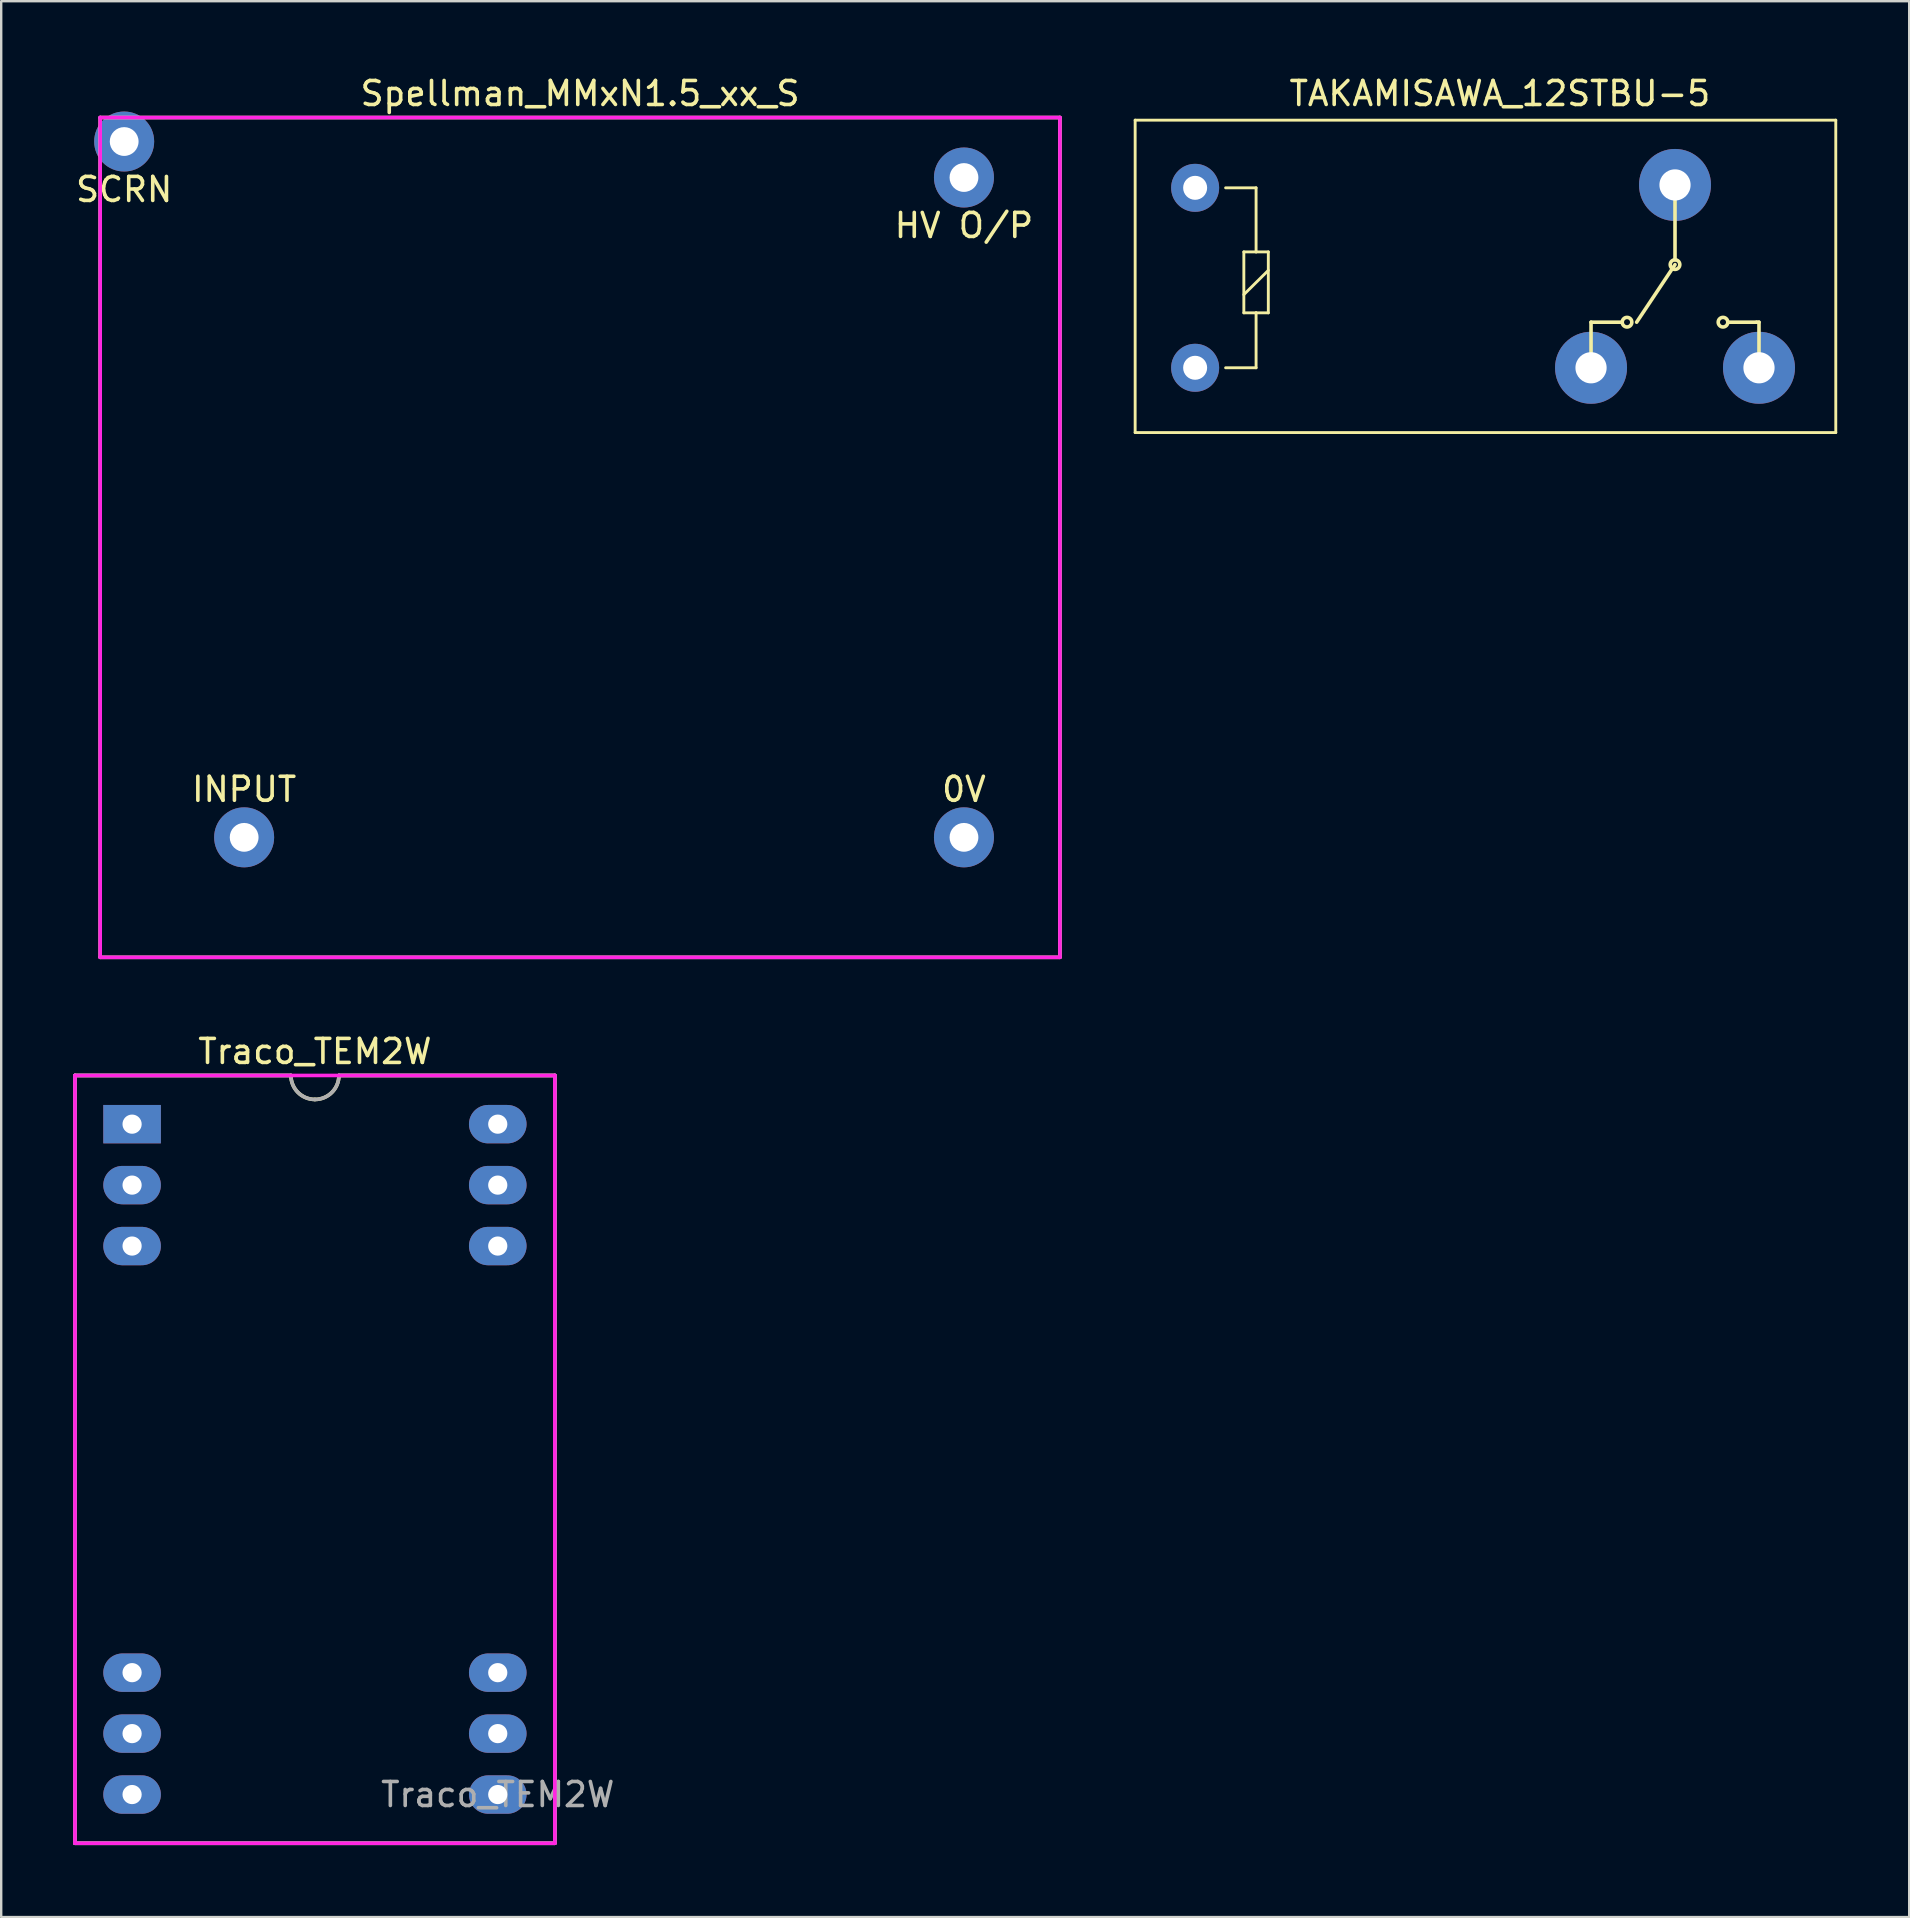
<source format=kicad_pcb>
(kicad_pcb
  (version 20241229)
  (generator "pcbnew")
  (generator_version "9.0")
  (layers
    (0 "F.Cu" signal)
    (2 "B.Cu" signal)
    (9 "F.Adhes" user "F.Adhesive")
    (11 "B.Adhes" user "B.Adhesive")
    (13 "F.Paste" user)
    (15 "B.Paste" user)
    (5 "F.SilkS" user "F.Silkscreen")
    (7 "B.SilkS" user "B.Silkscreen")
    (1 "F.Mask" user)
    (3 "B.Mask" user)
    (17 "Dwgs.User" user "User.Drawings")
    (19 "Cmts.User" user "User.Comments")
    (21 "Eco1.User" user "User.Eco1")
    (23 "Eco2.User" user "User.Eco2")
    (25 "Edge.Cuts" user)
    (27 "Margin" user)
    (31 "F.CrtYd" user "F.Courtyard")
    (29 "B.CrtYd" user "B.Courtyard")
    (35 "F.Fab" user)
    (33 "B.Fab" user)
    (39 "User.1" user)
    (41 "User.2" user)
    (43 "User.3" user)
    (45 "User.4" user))
  (footprint "Traco_TEM2W"
    (layer "F.Cu")
    (at 10.075 57.772)
    (property "Reference" "Traco_TEM2W" (at 0 -17 0) (layer "F.SilkS") (effects (font (size 1 1) (thickness 0.15))))
    (attr through_hole)
    (fp_line (start -10 16) (end -10 -16) (stroke (width 0.15) (type solid)) (layer "F.SilkS"))
    (fp_line (start -1 -16) (end -10 -16) (stroke (width 0.15) (type solid)) (layer "F.SilkS"))
    (fp_line (start 1 -16) (end 10 -16) (stroke (width 0.15) (type solid)) (layer "F.SilkS"))
    (fp_line (start 10 -16) (end 10 16) (stroke (width 0.15) (type solid)) (layer "F.SilkS"))
    (fp_line (start 10 16) (end -10 16) (stroke (width 0.15) (type solid)) (layer "F.SilkS"))
    (fp_arc (start 0 -15) (mid -0.707107 -15.292893) (end -1 -16) (stroke (width 0.15) (type solid)) (layer "F.SilkS"))
    (fp_arc (start 1 -16) (mid 0.707107 -15.292893) (end 0 -15) (stroke (width 0.15) (type solid)) (layer "F.SilkS"))
    (fp_line (start -10 -16) (end -10 16) (stroke (width 0.15) (type solid)) (layer "F.CrtYd"))
    (fp_line (start -10 -16) (end 10 -16) (stroke (width 0.15) (type solid)) (layer "F.CrtYd"))
    (fp_line (start -10 16) (end 10 16) (stroke (width 0.15) (type solid)) (layer "F.CrtYd"))
    (fp_line (start 10 -16) (end 10 16) (stroke (width 0.15) (type solid)) (layer "F.CrtYd"))
    (fp_line (start -10 -16) (end -10 16) (stroke (width 0.15) (type solid)) (layer "F.Fab"))
    (fp_line (start -10 16) (end 10 16) (stroke (width 0.15) (type solid)) (layer "F.Fab"))
    (fp_line (start -1 -16) (end -10 -16) (stroke (width 0.15) (type solid)) (layer "F.Fab"))
    (fp_line (start 1 -16) (end 10 -16) (stroke (width 0.15) (type solid)) (layer "F.Fab"))
    (fp_line (start 10 16) (end 10 -16) (stroke (width 0.15) (type solid)) (layer "F.Fab"))
    (fp_arc (start 0 -15) (mid -0.707107 -15.292893) (end -1 -16) (stroke (width 0.15) (type solid)) (layer "F.Fab"))
    (fp_arc (start 1 -16) (mid 0.707107 -15.292893) (end 0 -15) (stroke (width 0.15) (type solid)) (layer "F.Fab"))
    (fp_text user "${REFERENCE}" (at 7.62 13.97 0) (layer "F.Fab") (effects (font (size 1 1) (thickness 0.15))))
    (pad "1" thru_hole rect (at -7.62 -13.97) (size 2.4 1.6) (drill 0.8) (layers "*.Cu" "*.Mask"))
    (pad "2" thru_hole oval (at -7.62 -11.43) (size 2.4 1.6) (drill 0.8) (layers "*.Cu" "*.Mask"))
    (pad "3" thru_hole oval (at -7.62 -8.89) (size 2.4 1.6) (drill 0.8) (layers "*.Cu" "*.Mask"))
    (pad "10" thru_hole oval (at -7.62 8.89) (size 2.4 1.6) (drill 0.8) (layers "*.Cu" "*.Mask"))
    (pad "11" thru_hole oval (at -7.62 11.43) (size 2.4 1.6) (drill 0.8) (layers "*.Cu" "*.Mask"))
    (pad "12" thru_hole oval (at -7.62 13.97) (size 2.4 1.6) (drill 0.8) (layers "*.Cu" "*.Mask"))
    (pad "13" thru_hole oval (at 7.62 13.97) (size 2.4 1.6) (drill 0.8) (layers "*.Cu" "*.Mask"))
    (pad "14" thru_hole oval (at 7.62 11.43) (size 2.4 1.6) (drill 0.8) (layers "*.Cu" "*.Mask"))
    (pad "15" thru_hole oval (at 7.62 8.89) (size 2.4 1.6) (drill 0.8) (layers "*.Cu" "*.Mask"))
    (pad "22" thru_hole oval (at 7.62 -8.89) (size 2.4 1.6) (drill 0.8) (layers "*.Cu" "*.Mask"))
    (pad "23" thru_hole oval (at 7.62 -11.43) (size 2.4 1.6) (drill 0.8) (layers "*.Cu" "*.Mask"))
    (pad "24" thru_hole oval (at 7.62 -13.97) (size 2.4 1.6) (drill 0.8) (layers "*.Cu" "*.Mask")))
  (footprint "Spellman_MMxN1.5_xx_S"
    (layer "F.Cu")
    (at 21.125 19.348)
    (property "Reference" "Spellman_MMxN1.5_xx_S" (at 0 -18.5 0) (layer "F.SilkS") (effects (font (size 1 1) (thickness 0.15))))
    (attr through_hole)
    (fp_line (start -20 -17.5) (end -20 17.5) (stroke (width 0.15) (type solid)) (layer "F.SilkS"))
    (fp_line (start -20 17.5) (end 20 17.5) (stroke (width 0.15) (type solid)) (layer "F.SilkS"))
    (fp_line (start 20 -17.5) (end -20 -17.5) (stroke (width 0.15) (type solid)) (layer "F.SilkS"))
    (fp_line (start 20 17.5) (end 20 -17.5) (stroke (width 0.15) (type solid)) (layer "F.SilkS"))
    (fp_line (start -20 -17.5) (end 20 -17.5) (stroke (width 0.15) (type solid)) (layer "F.CrtYd"))
    (fp_line (start -20 17.5) (end -20 -17.5) (stroke (width 0.15) (type solid)) (layer "F.CrtYd"))
    (fp_line (start 20 -17.5) (end 20 17.5) (stroke (width 0.15) (type solid)) (layer "F.CrtYd"))
    (fp_line (start 20 17.5) (end -20 17.5) (stroke (width 0.15) (type solid)) (layer "F.CrtYd"))
    (fp_text user "HV O/P" (at 16 -13 0) (layer "F.SilkS") (effects (font (size 1 1) (thickness 0.15))))
    (fp_text user "SCRN" (at -19 -14.5 0) (layer "F.SilkS") (effects (font (size 1 1) (thickness 0.15))))
    (fp_text user "INPUT" (at -14 10.5 0) (layer "F.SilkS") (effects (font (size 1 1) (thickness 0.15))))
    (fp_text user "0V" (at 16 10.5 0) (layer "F.SilkS") (effects (font (size 1 1) (thickness 0.15))))
    (pad "1" thru_hole circle (at -14 12.5) (size 2.5 2.5) (drill 1.2) (layers "*.Cu" "*.Mask"))
    (pad "2" thru_hole circle (at 16 12.5) (size 2.5 2.5) (drill 1.2) (layers "*.Cu" "*.Mask"))
    (pad "3" thru_hole circle (at 16 -15) (size 2.5 2.5) (drill 1.2) (layers "*.Cu" "*.Mask"))
    (pad "4" thru_hole circle (at -19 -16.5) (size 2.5 2.5) (drill 1.2) (layers "*.Cu" "*.Mask")))
  (footprint "TAKAMISAWA_12STBU-5"
    (layer "F.Cu")
    (at 46.76 12.278)
    (property "Reference" "TAKAMISAWA_12STBU-5" (at 12.7 -11.43 180) (layer "F.SilkS") (effects (font (size 1 1) (thickness 0.15))))
    (attr through_hole)
    (fp_line (start -2.5 -10.32) (end 26.7 -10.32) (stroke (width 0.12) (type solid)) (layer "F.SilkS"))
    (fp_line (start -2.5 2.7) (end -2.5 -10.32) (stroke (width 0.12) (type solid)) (layer "F.SilkS"))
    (fp_line (start -2.5 2.7) (end 26.7 2.7) (stroke (width 0.12) (type solid)) (layer "F.SilkS"))
    (fp_line (start 1.27 0) (end 2.54 0) (stroke (width 0.12) (type solid)) (layer "F.SilkS"))
    (fp_line (start 2.03 -4.83) (end 2.54 -4.83) (stroke (width 0.12) (type solid)) (layer "F.SilkS"))
    (fp_line (start 2.03 -3.05) (end 3.05 -4.06) (stroke (width 0.12) (type solid)) (layer "F.SilkS"))
    (fp_line (start 2.03 -2.29) (end 2.03 -4.83) (stroke (width 0.12) (type solid)) (layer "F.SilkS"))
    (fp_line (start 2.54 -7.5) (end 1.27 -7.5) (stroke (width 0.12) (type solid)) (layer "F.SilkS"))
    (fp_line (start 2.54 -4.83) (end 2.54 -7.5) (stroke (width 0.12) (type solid)) (layer "F.SilkS"))
    (fp_line (start 2.54 -4.83) (end 3.05 -4.83) (stroke (width 0.12) (type solid)) (layer "F.SilkS"))
    (fp_line (start 2.54 -2.29) (end 2.03 -2.29) (stroke (width 0.12) (type solid)) (layer "F.SilkS"))
    (fp_line (start 2.54 0) (end 2.54 -2.29) (stroke (width 0.12) (type solid)) (layer "F.SilkS"))
    (fp_line (start 3.05 -4.83) (end 3.05 -2.29) (stroke (width 0.12) (type solid)) (layer "F.SilkS"))
    (fp_line (start 3.05 -2.29) (end 2.54 -2.29) (stroke (width 0.12) (type solid)) (layer "F.SilkS"))
    (fp_line (start 16.5 -1.9) (end 16.5 0) (stroke (width 0.15) (type solid)) (layer "F.SilkS"))
    (fp_line (start 17.8 -1.9) (end 16.5 -1.9) (stroke (width 0.15) (type solid)) (layer "F.SilkS"))
    (fp_line (start 20 -7.6) (end 20 -4.5) (stroke (width 0.15) (type solid)) (layer "F.SilkS"))
    (fp_line (start 20 -4.3) (end 18.4 -1.9) (stroke (width 0.15) (type solid)) (layer "F.SilkS"))
    (fp_line (start 22.2 -1.9) (end 23.4 -1.9) (stroke (width 0.15) (type solid)) (layer "F.SilkS"))
    (fp_line (start 23.4 -1.9) (end 23.5 -1.9) (stroke (width 0.15) (type solid)) (layer "F.SilkS"))
    (fp_line (start 23.5 -1.9) (end 23.5 0) (stroke (width 0.15) (type solid)) (layer "F.SilkS"))
    (fp_line (start 26.7 2.7) (end 26.7 -10.32) (stroke (width 0.12) (type solid)) (layer "F.SilkS"))
    (fp_circle (center 18 -1.9) (end 17.8 -1.9) (stroke (width 0.15) (type solid)) (fill no) (layer "F.SilkS"))
    (fp_circle (center 20 -4.3) (end 20.2 -4.3) (stroke (width 0.15) (type solid)) (fill no) (layer "F.SilkS"))
    (fp_circle (center 22 -1.9) (end 22.2 -1.9) (stroke (width 0.15) (type solid)) (fill no) (layer "F.SilkS"))
    (pad "11" thru_hole circle (at 20 -7.62 180) (size 3 3) (drill 1.3) (layers "*.Cu" "*.Mask"))
    (pad "12" thru_hole circle (at 16.5 0 180) (size 3 3) (drill 1.3) (layers "*.Cu" "*.Mask"))
    (pad "14" thru_hole circle (at 23.5 0 180) (size 3 3) (drill 1.3) (layers "*.Cu" "*.Mask"))
    (pad "A1" thru_hole circle (at 0 -7.5 180) (size 2 2) (drill 1) (layers "*.Cu" "*.Mask"))
    (pad "A2" thru_hole circle (at 0 0 180) (size 2 2) (drill 1) (layers "*.Cu" "*.Mask")))
  (gr_rect
    (start -3 -3)
    (end 76.52 76.847)
    (stroke (width 0.1) (type default))
    (fill no)
    (layer "Edge.Cuts")))
</source>
